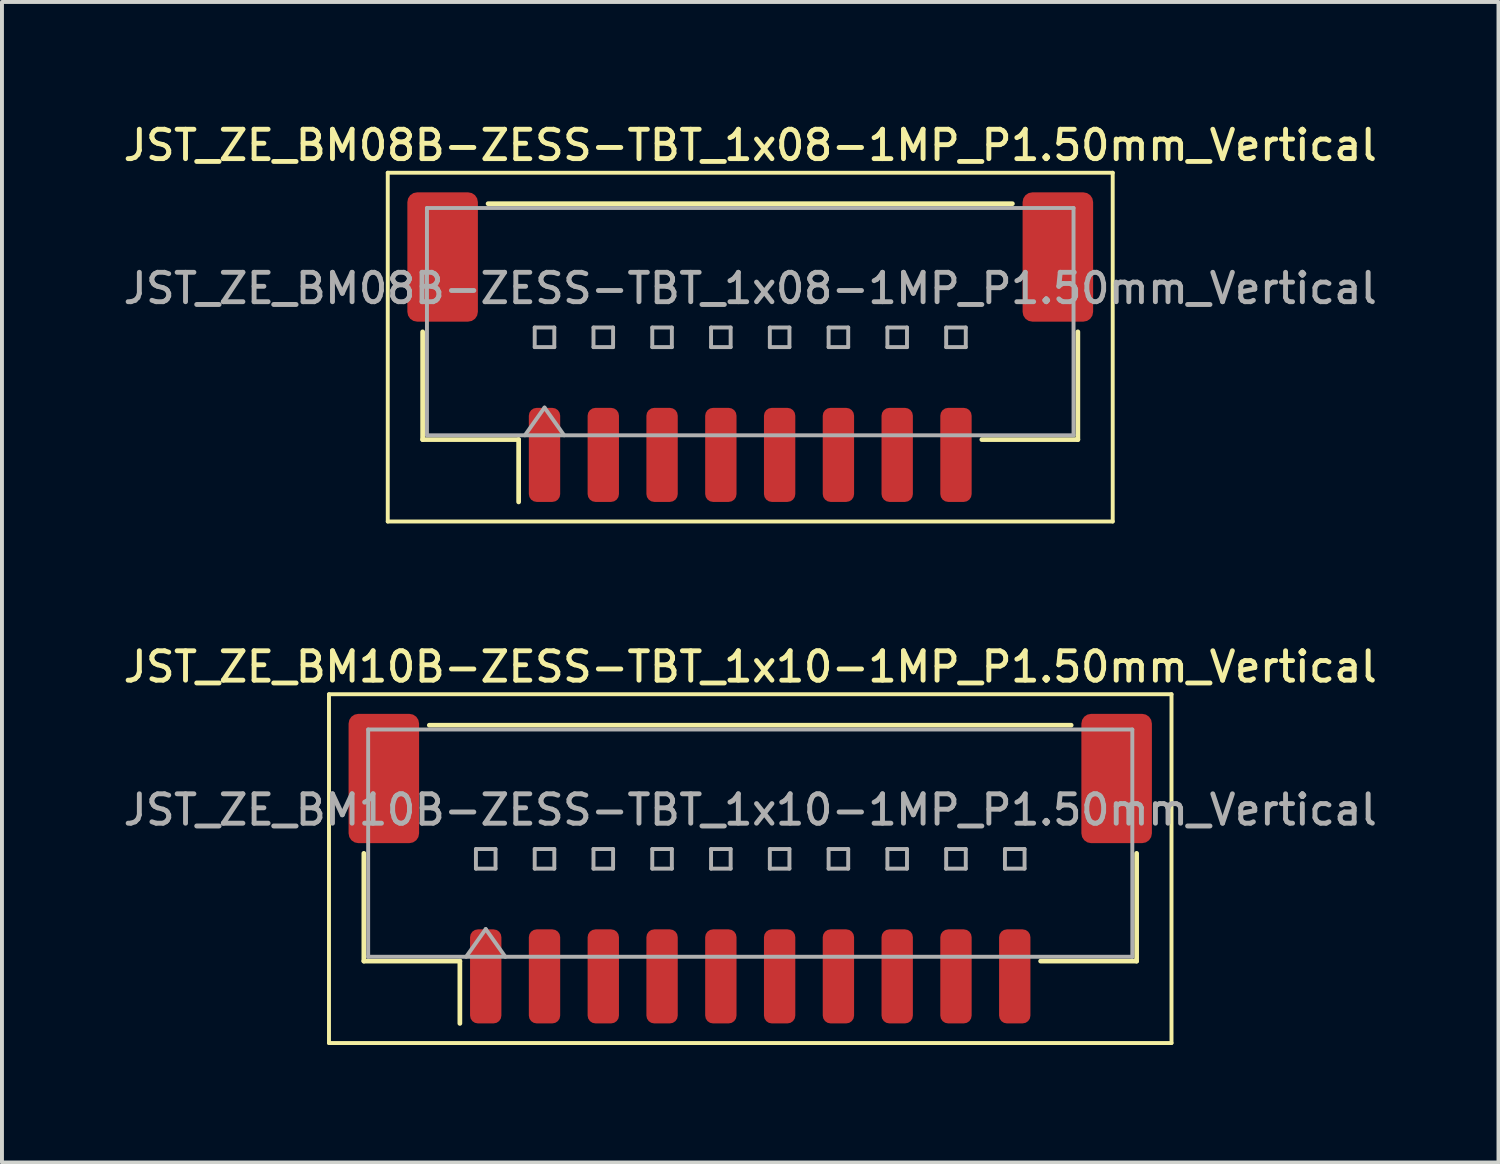
<source format=kicad_pcb>
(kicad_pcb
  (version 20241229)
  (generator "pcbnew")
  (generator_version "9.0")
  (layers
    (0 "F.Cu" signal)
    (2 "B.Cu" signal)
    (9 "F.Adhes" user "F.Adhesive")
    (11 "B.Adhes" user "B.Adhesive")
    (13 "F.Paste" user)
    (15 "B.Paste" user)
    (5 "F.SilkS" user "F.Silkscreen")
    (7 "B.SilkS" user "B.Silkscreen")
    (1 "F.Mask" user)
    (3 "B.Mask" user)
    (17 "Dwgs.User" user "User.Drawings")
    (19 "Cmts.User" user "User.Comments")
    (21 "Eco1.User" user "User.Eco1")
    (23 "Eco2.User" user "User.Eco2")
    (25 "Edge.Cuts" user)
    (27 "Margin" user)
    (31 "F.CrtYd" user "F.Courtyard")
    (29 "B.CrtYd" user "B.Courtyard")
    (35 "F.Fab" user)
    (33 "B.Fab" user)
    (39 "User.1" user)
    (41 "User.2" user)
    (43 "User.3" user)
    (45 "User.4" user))
  (footprint "JST_ZE_BM08B-ZESS-TBT_1x08-1MP_P1.50mm_Vertical"
    (layer "F.Cu")
    (at 16.095 5.808)
    (property "Reference" "JST_ZE_BM08B-ZESS-TBT_1x08-1MP_P1.50mm_Vertical" (at 0 -5.15 0) (layer "F.SilkS") (effects (font (size 0.75 0.75) (thickness 0.125))))
    (attr smd)
    (fp_line (start -9.25 -4.45) (end -9.25 4.45) (stroke (width 0.1) (type solid)) (layer "F.SilkS"))
    (fp_line (start -9.25 4.45) (end 9.25 4.45) (stroke (width 0.1) (type solid)) (layer "F.SilkS"))
    (fp_line (start -8.36 -0.39) (end -8.36 2.36) (stroke (width 0.12) (type solid)) (layer "F.SilkS"))
    (fp_line (start -8.36 2.36) (end -5.91 2.36) (stroke (width 0.12) (type solid)) (layer "F.SilkS"))
    (fp_line (start -6.69 -3.66) (end 6.69 -3.66) (stroke (width 0.12) (type solid)) (layer "F.SilkS"))
    (fp_line (start -5.91 2.36) (end -5.91 3.95) (stroke (width 0.12) (type solid)) (layer "F.SilkS"))
    (fp_line (start 8.36 -0.39) (end 8.36 2.36) (stroke (width 0.12) (type solid)) (layer "F.SilkS"))
    (fp_line (start 8.36 2.36) (end 5.91 2.36) (stroke (width 0.12) (type solid)) (layer "F.SilkS"))
    (fp_line (start 9.25 -4.45) (end -9.25 -4.45) (stroke (width 0.1) (type solid)) (layer "F.SilkS"))
    (fp_line (start 9.25 4.45) (end 9.25 -4.45) (stroke (width 0.1) (type solid)) (layer "F.SilkS"))
    (fp_line (start -8.25 -3.55) (end 8.25 -3.55) (stroke (width 0.1) (type solid)) (layer "F.Fab"))
    (fp_line (start -8.25 2.25) (end -8.25 -3.55) (stroke (width 0.1) (type solid)) (layer "F.Fab"))
    (fp_line (start -8.25 2.25) (end 8.25 2.25) (stroke (width 0.1) (type solid)) (layer "F.Fab"))
    (fp_line (start -5.75 2.25) (end -5.25 1.543) (stroke (width 0.1) (type solid)) (layer "F.Fab"))
    (fp_line (start -5.5 -0.5) (end -5.5 0) (stroke (width 0.1) (type solid)) (layer "F.Fab"))
    (fp_line (start -5.5 0) (end -5 0) (stroke (width 0.1) (type solid)) (layer "F.Fab"))
    (fp_line (start -5.25 1.543) (end -4.75 2.25) (stroke (width 0.1) (type solid)) (layer "F.Fab"))
    (fp_line (start -5 -0.5) (end -5.5 -0.5) (stroke (width 0.1) (type solid)) (layer "F.Fab"))
    (fp_line (start -5 0) (end -5 -0.5) (stroke (width 0.1) (type solid)) (layer "F.Fab"))
    (fp_line (start -4 -0.5) (end -4 0) (stroke (width 0.1) (type solid)) (layer "F.Fab"))
    (fp_line (start -4 0) (end -3.5 0) (stroke (width 0.1) (type solid)) (layer "F.Fab"))
    (fp_line (start -3.5 -0.5) (end -4 -0.5) (stroke (width 0.1) (type solid)) (layer "F.Fab"))
    (fp_line (start -3.5 0) (end -3.5 -0.5) (stroke (width 0.1) (type solid)) (layer "F.Fab"))
    (fp_line (start -2.5 -0.5) (end -2.5 0) (stroke (width 0.1) (type solid)) (layer "F.Fab"))
    (fp_line (start -2.5 0) (end -2 0) (stroke (width 0.1) (type solid)) (layer "F.Fab"))
    (fp_line (start -2 -0.5) (end -2.5 -0.5) (stroke (width 0.1) (type solid)) (layer "F.Fab"))
    (fp_line (start -2 0) (end -2 -0.5) (stroke (width 0.1) (type solid)) (layer "F.Fab"))
    (fp_line (start -1 -0.5) (end -1 0) (stroke (width 0.1) (type solid)) (layer "F.Fab"))
    (fp_line (start -1 0) (end -0.5 0) (stroke (width 0.1) (type solid)) (layer "F.Fab"))
    (fp_line (start -0.5 -0.5) (end -1 -0.5) (stroke (width 0.1) (type solid)) (layer "F.Fab"))
    (fp_line (start -0.5 0) (end -0.5 -0.5) (stroke (width 0.1) (type solid)) (layer "F.Fab"))
    (fp_line (start 0.5 -0.5) (end 0.5 0) (stroke (width 0.1) (type solid)) (layer "F.Fab"))
    (fp_line (start 0.5 0) (end 1 0) (stroke (width 0.1) (type solid)) (layer "F.Fab"))
    (fp_line (start 1 -0.5) (end 0.5 -0.5) (stroke (width 0.1) (type solid)) (layer "F.Fab"))
    (fp_line (start 1 0) (end 1 -0.5) (stroke (width 0.1) (type solid)) (layer "F.Fab"))
    (fp_line (start 2 -0.5) (end 2 0) (stroke (width 0.1) (type solid)) (layer "F.Fab"))
    (fp_line (start 2 0) (end 2.5 0) (stroke (width 0.1) (type solid)) (layer "F.Fab"))
    (fp_line (start 2.5 -0.5) (end 2 -0.5) (stroke (width 0.1) (type solid)) (layer "F.Fab"))
    (fp_line (start 2.5 0) (end 2.5 -0.5) (stroke (width 0.1) (type solid)) (layer "F.Fab"))
    (fp_line (start 3.5 -0.5) (end 3.5 0) (stroke (width 0.1) (type solid)) (layer "F.Fab"))
    (fp_line (start 3.5 0) (end 4 0) (stroke (width 0.1) (type solid)) (layer "F.Fab"))
    (fp_line (start 4 -0.5) (end 3.5 -0.5) (stroke (width 0.1) (type solid)) (layer "F.Fab"))
    (fp_line (start 4 0) (end 4 -0.5) (stroke (width 0.1) (type solid)) (layer "F.Fab"))
    (fp_line (start 5 -0.5) (end 5 0) (stroke (width 0.1) (type solid)) (layer "F.Fab"))
    (fp_line (start 5 0) (end 5.5 0) (stroke (width 0.1) (type solid)) (layer "F.Fab"))
    (fp_line (start 5.5 -0.5) (end 5 -0.5) (stroke (width 0.1) (type solid)) (layer "F.Fab"))
    (fp_line (start 5.5 0) (end 5.5 -0.5) (stroke (width 0.1) (type solid)) (layer "F.Fab"))
    (fp_line (start 8.25 2.25) (end 8.25 -3.55) (stroke (width 0.1) (type solid)) (layer "F.Fab"))
    (fp_text user "${REFERENCE}" (at 0 -1.5 0) (layer "F.Fab") (effects (font (size 0.75 0.75) (thickness 0.125))))
    (pad "1" smd roundrect (at -5.25 2.75) (size 0.8 2.4) (layers "F.Cu" "F.Mask" "F.Paste") (roundrect_rratio 0.25))
    (pad "2" smd roundrect (at -3.75 2.75) (size 0.8 2.4) (layers "F.Cu" "F.Mask" "F.Paste") (roundrect_rratio 0.25))
    (pad "3" smd roundrect (at -2.25 2.75) (size 0.8 2.4) (layers "F.Cu" "F.Mask" "F.Paste") (roundrect_rratio 0.25))
    (pad "4" smd roundrect (at -0.75 2.75) (size 0.8 2.4) (layers "F.Cu" "F.Mask" "F.Paste") (roundrect_rratio 0.25))
    (pad "5" smd roundrect (at 0.75 2.75) (size 0.8 2.4) (layers "F.Cu" "F.Mask" "F.Paste") (roundrect_rratio 0.25))
    (pad "6" smd roundrect (at 2.25 2.75) (size 0.8 2.4) (layers "F.Cu" "F.Mask" "F.Paste") (roundrect_rratio 0.25))
    (pad "7" smd roundrect (at 3.75 2.75) (size 0.8 2.4) (layers "F.Cu" "F.Mask" "F.Paste") (roundrect_rratio 0.25))
    (pad "8" smd roundrect (at 5.25 2.75) (size 0.8 2.4) (layers "F.Cu" "F.Mask" "F.Paste") (roundrect_rratio 0.25))
    (pad "MP" smd roundrect (at -7.85 -2.3) (size 1.8 3.3) (layers "F.Cu" "F.Mask" "F.Paste") (roundrect_rratio 0.139))
    (pad "MP" smd roundrect (at 7.85 -2.3) (size 1.8 3.3) (layers "F.Cu" "F.Mask" "F.Paste") (roundrect_rratio 0.139)))
  (footprint "JST_ZE_BM10B-ZESS-TBT_1x10-1MP_P1.50mm_Vertical"
    (layer "F.Cu")
    (at 16.095 19.116)
    (property "Reference" "JST_ZE_BM10B-ZESS-TBT_1x10-1MP_P1.50mm_Vertical" (at 0 -5.15 0) (layer "F.SilkS") (effects (font (size 0.75 0.75) (thickness 0.125))))
    (attr smd)
    (fp_line (start -10.75 -4.45) (end -10.75 4.45) (stroke (width 0.1) (type solid)) (layer "F.SilkS"))
    (fp_line (start -10.75 4.45) (end 10.75 4.45) (stroke (width 0.1) (type solid)) (layer "F.SilkS"))
    (fp_line (start -9.86 -0.39) (end -9.86 2.36) (stroke (width 0.12) (type solid)) (layer "F.SilkS"))
    (fp_line (start -9.86 2.36) (end -7.41 2.36) (stroke (width 0.12) (type solid)) (layer "F.SilkS"))
    (fp_line (start -8.19 -3.66) (end 8.19 -3.66) (stroke (width 0.12) (type solid)) (layer "F.SilkS"))
    (fp_line (start -7.41 2.36) (end -7.41 3.95) (stroke (width 0.12) (type solid)) (layer "F.SilkS"))
    (fp_line (start 9.86 -0.39) (end 9.86 2.36) (stroke (width 0.12) (type solid)) (layer "F.SilkS"))
    (fp_line (start 9.86 2.36) (end 7.41 2.36) (stroke (width 0.12) (type solid)) (layer "F.SilkS"))
    (fp_line (start 10.75 -4.45) (end -10.75 -4.45) (stroke (width 0.1) (type solid)) (layer "F.SilkS"))
    (fp_line (start 10.75 4.45) (end 10.75 -4.45) (stroke (width 0.1) (type solid)) (layer "F.SilkS"))
    (fp_line (start -9.75 -3.55) (end 9.75 -3.55) (stroke (width 0.1) (type solid)) (layer "F.Fab"))
    (fp_line (start -9.75 2.25) (end -9.75 -3.55) (stroke (width 0.1) (type solid)) (layer "F.Fab"))
    (fp_line (start -9.75 2.25) (end 9.75 2.25) (stroke (width 0.1) (type solid)) (layer "F.Fab"))
    (fp_line (start -7.25 2.25) (end -6.75 1.543) (stroke (width 0.1) (type solid)) (layer "F.Fab"))
    (fp_line (start -7 -0.5) (end -7 0) (stroke (width 0.1) (type solid)) (layer "F.Fab"))
    (fp_line (start -7 0) (end -6.5 0) (stroke (width 0.1) (type solid)) (layer "F.Fab"))
    (fp_line (start -6.75 1.543) (end -6.25 2.25) (stroke (width 0.1) (type solid)) (layer "F.Fab"))
    (fp_line (start -6.5 -0.5) (end -7 -0.5) (stroke (width 0.1) (type solid)) (layer "F.Fab"))
    (fp_line (start -6.5 0) (end -6.5 -0.5) (stroke (width 0.1) (type solid)) (layer "F.Fab"))
    (fp_line (start -5.5 -0.5) (end -5.5 0) (stroke (width 0.1) (type solid)) (layer "F.Fab"))
    (fp_line (start -5.5 0) (end -5 0) (stroke (width 0.1) (type solid)) (layer "F.Fab"))
    (fp_line (start -5 -0.5) (end -5.5 -0.5) (stroke (width 0.1) (type solid)) (layer "F.Fab"))
    (fp_line (start -5 0) (end -5 -0.5) (stroke (width 0.1) (type solid)) (layer "F.Fab"))
    (fp_line (start -4 -0.5) (end -4 0) (stroke (width 0.1) (type solid)) (layer "F.Fab"))
    (fp_line (start -4 0) (end -3.5 0) (stroke (width 0.1) (type solid)) (layer "F.Fab"))
    (fp_line (start -3.5 -0.5) (end -4 -0.5) (stroke (width 0.1) (type solid)) (layer "F.Fab"))
    (fp_line (start -3.5 0) (end -3.5 -0.5) (stroke (width 0.1) (type solid)) (layer "F.Fab"))
    (fp_line (start -2.5 -0.5) (end -2.5 0) (stroke (width 0.1) (type solid)) (layer "F.Fab"))
    (fp_line (start -2.5 0) (end -2 0) (stroke (width 0.1) (type solid)) (layer "F.Fab"))
    (fp_line (start -2 -0.5) (end -2.5 -0.5) (stroke (width 0.1) (type solid)) (layer "F.Fab"))
    (fp_line (start -2 0) (end -2 -0.5) (stroke (width 0.1) (type solid)) (layer "F.Fab"))
    (fp_line (start -1 -0.5) (end -1 0) (stroke (width 0.1) (type solid)) (layer "F.Fab"))
    (fp_line (start -1 0) (end -0.5 0) (stroke (width 0.1) (type solid)) (layer "F.Fab"))
    (fp_line (start -0.5 -0.5) (end -1 -0.5) (stroke (width 0.1) (type solid)) (layer "F.Fab"))
    (fp_line (start -0.5 0) (end -0.5 -0.5) (stroke (width 0.1) (type solid)) (layer "F.Fab"))
    (fp_line (start 0.5 -0.5) (end 0.5 0) (stroke (width 0.1) (type solid)) (layer "F.Fab"))
    (fp_line (start 0.5 0) (end 1 0) (stroke (width 0.1) (type solid)) (layer "F.Fab"))
    (fp_line (start 1 -0.5) (end 0.5 -0.5) (stroke (width 0.1) (type solid)) (layer "F.Fab"))
    (fp_line (start 1 0) (end 1 -0.5) (stroke (width 0.1) (type solid)) (layer "F.Fab"))
    (fp_line (start 2 -0.5) (end 2 0) (stroke (width 0.1) (type solid)) (layer "F.Fab"))
    (fp_line (start 2 0) (end 2.5 0) (stroke (width 0.1) (type solid)) (layer "F.Fab"))
    (fp_line (start 2.5 -0.5) (end 2 -0.5) (stroke (width 0.1) (type solid)) (layer "F.Fab"))
    (fp_line (start 2.5 0) (end 2.5 -0.5) (stroke (width 0.1) (type solid)) (layer "F.Fab"))
    (fp_line (start 3.5 -0.5) (end 3.5 0) (stroke (width 0.1) (type solid)) (layer "F.Fab"))
    (fp_line (start 3.5 0) (end 4 0) (stroke (width 0.1) (type solid)) (layer "F.Fab"))
    (fp_line (start 4 -0.5) (end 3.5 -0.5) (stroke (width 0.1) (type solid)) (layer "F.Fab"))
    (fp_line (start 4 0) (end 4 -0.5) (stroke (width 0.1) (type solid)) (layer "F.Fab"))
    (fp_line (start 5 -0.5) (end 5 0) (stroke (width 0.1) (type solid)) (layer "F.Fab"))
    (fp_line (start 5 0) (end 5.5 0) (stroke (width 0.1) (type solid)) (layer "F.Fab"))
    (fp_line (start 5.5 -0.5) (end 5 -0.5) (stroke (width 0.1) (type solid)) (layer "F.Fab"))
    (fp_line (start 5.5 0) (end 5.5 -0.5) (stroke (width 0.1) (type solid)) (layer "F.Fab"))
    (fp_line (start 6.5 -0.5) (end 6.5 0) (stroke (width 0.1) (type solid)) (layer "F.Fab"))
    (fp_line (start 6.5 0) (end 7 0) (stroke (width 0.1) (type solid)) (layer "F.Fab"))
    (fp_line (start 7 -0.5) (end 6.5 -0.5) (stroke (width 0.1) (type solid)) (layer "F.Fab"))
    (fp_line (start 7 0) (end 7 -0.5) (stroke (width 0.1) (type solid)) (layer "F.Fab"))
    (fp_line (start 9.75 2.25) (end 9.75 -3.55) (stroke (width 0.1) (type solid)) (layer "F.Fab"))
    (fp_text user "${REFERENCE}" (at 0 -1.5 0) (layer "F.Fab") (effects (font (size 0.75 0.75) (thickness 0.125))))
    (pad "1" smd roundrect (at -6.75 2.75) (size 0.8 2.4) (layers "F.Cu" "F.Mask" "F.Paste") (roundrect_rratio 0.25))
    (pad "2" smd roundrect (at -5.25 2.75) (size 0.8 2.4) (layers "F.Cu" "F.Mask" "F.Paste") (roundrect_rratio 0.25))
    (pad "3" smd roundrect (at -3.75 2.75) (size 0.8 2.4) (layers "F.Cu" "F.Mask" "F.Paste") (roundrect_rratio 0.25))
    (pad "4" smd roundrect (at -2.25 2.75) (size 0.8 2.4) (layers "F.Cu" "F.Mask" "F.Paste") (roundrect_rratio 0.25))
    (pad "5" smd roundrect (at -0.75 2.75) (size 0.8 2.4) (layers "F.Cu" "F.Mask" "F.Paste") (roundrect_rratio 0.25))
    (pad "6" smd roundrect (at 0.75 2.75) (size 0.8 2.4) (layers "F.Cu" "F.Mask" "F.Paste") (roundrect_rratio 0.25))
    (pad "7" smd roundrect (at 2.25 2.75) (size 0.8 2.4) (layers "F.Cu" "F.Mask" "F.Paste") (roundrect_rratio 0.25))
    (pad "8" smd roundrect (at 3.75 2.75) (size 0.8 2.4) (layers "F.Cu" "F.Mask" "F.Paste") (roundrect_rratio 0.25))
    (pad "9" smd roundrect (at 5.25 2.75) (size 0.8 2.4) (layers "F.Cu" "F.Mask" "F.Paste") (roundrect_rratio 0.25))
    (pad "10" smd roundrect (at 6.75 2.75) (size 0.8 2.4) (layers "F.Cu" "F.Mask" "F.Paste") (roundrect_rratio 0.25))
    (pad "MP" smd roundrect (at -9.35 -2.3) (size 1.8 3.3) (layers "F.Cu" "F.Mask" "F.Paste") (roundrect_rratio 0.139))
    (pad "MP" smd roundrect (at 9.35 -2.3) (size 1.8 3.3) (layers "F.Cu" "F.Mask" "F.Paste") (roundrect_rratio 0.139)))
  (gr_rect
    (start -3 -3)
    (end 35.189 26.616)
    (stroke (width 0.1) (type default))
    (fill no)
    (layer "Edge.Cuts")))
</source>
